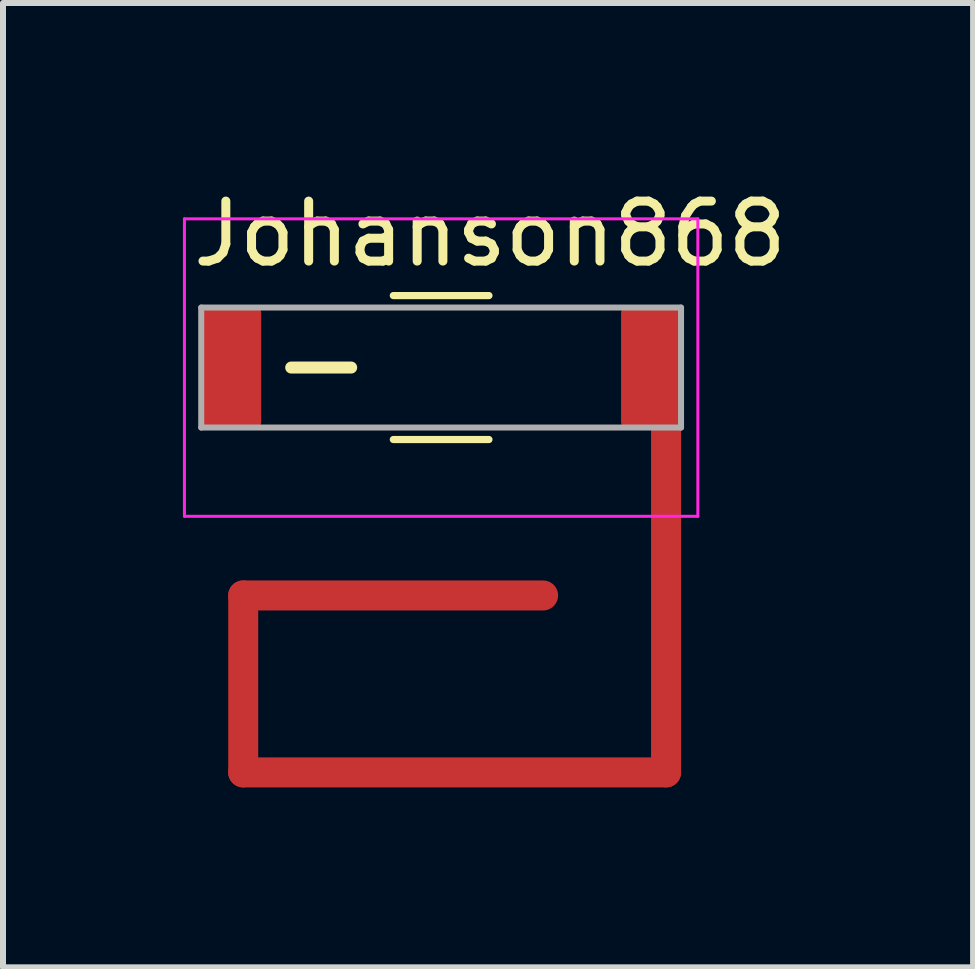
<source format=kicad_pcb>
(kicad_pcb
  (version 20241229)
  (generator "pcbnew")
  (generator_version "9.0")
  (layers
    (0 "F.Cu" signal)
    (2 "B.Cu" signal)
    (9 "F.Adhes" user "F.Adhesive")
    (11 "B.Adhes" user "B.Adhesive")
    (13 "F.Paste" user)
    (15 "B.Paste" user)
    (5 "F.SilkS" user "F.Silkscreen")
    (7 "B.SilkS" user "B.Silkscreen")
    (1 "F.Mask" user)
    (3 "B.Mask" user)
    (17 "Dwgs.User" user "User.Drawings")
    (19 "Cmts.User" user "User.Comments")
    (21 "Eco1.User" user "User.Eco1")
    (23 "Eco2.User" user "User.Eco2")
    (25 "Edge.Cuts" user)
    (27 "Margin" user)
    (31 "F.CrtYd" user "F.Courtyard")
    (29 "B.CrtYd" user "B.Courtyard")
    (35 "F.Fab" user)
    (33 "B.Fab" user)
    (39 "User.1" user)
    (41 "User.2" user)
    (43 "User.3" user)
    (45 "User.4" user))
  (footprint "Johanson868"
    (layer "F.Cu")
    (at 4.305 3.078)
    (property "Reference" "Johanson868" (at 0.815 -2.23 0) (layer "F.SilkS") (effects (font (size 1 1) (thickness 0.15))))
    (attr smd)
    (fp_line (start -3.3 3.8) (end 1.7 3.8) (stroke (width 0.5) (type solid)) (layer "F.Cu"))
    (fp_line (start -3.3 6.75) (end -3.3 3.8) (stroke (width 0.5) (type solid)) (layer "F.Cu"))
    (fp_line (start 3.75 0) (end 3.75 6.75) (stroke (width 0.5) (type solid)) (layer "F.Cu"))
    (fp_line (start 3.75 6.75) (end -3.3 6.75) (stroke (width 0.5) (type solid)) (layer "F.Cu"))
    (fp_line (start -2.5 0) (end -1.5 0) (stroke (width 0.2) (type solid)) (layer "F.SilkS"))
    (fp_line (start -0.797 -1.2) (end 0.797 -1.2) (stroke (width 0.12) (type solid)) (layer "F.SilkS"))
    (fp_line (start -0.797 1.2) (end 0.797 1.2) (stroke (width 0.12) (type solid)) (layer "F.SilkS"))
    (fp_line (start -4.28 -2.48) (end 4.28 -2.48) (stroke (width 0.05) (type solid)) (layer "F.CrtYd"))
    (fp_line (start -4.28 2.48) (end -4.28 -2.48) (stroke (width 0.05) (type solid)) (layer "F.CrtYd"))
    (fp_line (start 4.28 -2.48) (end 4.28 2.48) (stroke (width 0.05) (type solid)) (layer "F.CrtYd"))
    (fp_line (start 4.28 2.48) (end -4.28 2.48) (stroke (width 0.05) (type solid)) (layer "F.CrtYd"))
    (fp_line (start -4 -1) (end 4 -1) (stroke (width 0.1) (type solid)) (layer "F.Fab"))
    (fp_line (start -4 1) (end -4 -1) (stroke (width 0.1) (type solid)) (layer "F.Fab"))
    (fp_line (start 4 -1) (end 4 1) (stroke (width 0.1) (type solid)) (layer "F.Fab"))
    (fp_line (start 4 1) (end -4 1) (stroke (width 0.1) (type solid)) (layer "F.Fab"))
    (pad "1" smd roundrect (at -3.5 0) (size 1 2) (layers "F.Cu" "F.Mask" "F.Paste") (roundrect_rratio 0.083))
    (pad "2" smd roundrect (at 3.5 0) (size 1 2) (layers "F.Cu" "F.Mask" "F.Paste") (roundrect_rratio 0.083)))
  (gr_rect
    (start -3 -3)
    (end 13.174 13.078)
    (stroke (width 0.1) (type default))
    (fill no)
    (layer "Edge.Cuts")))
</source>
